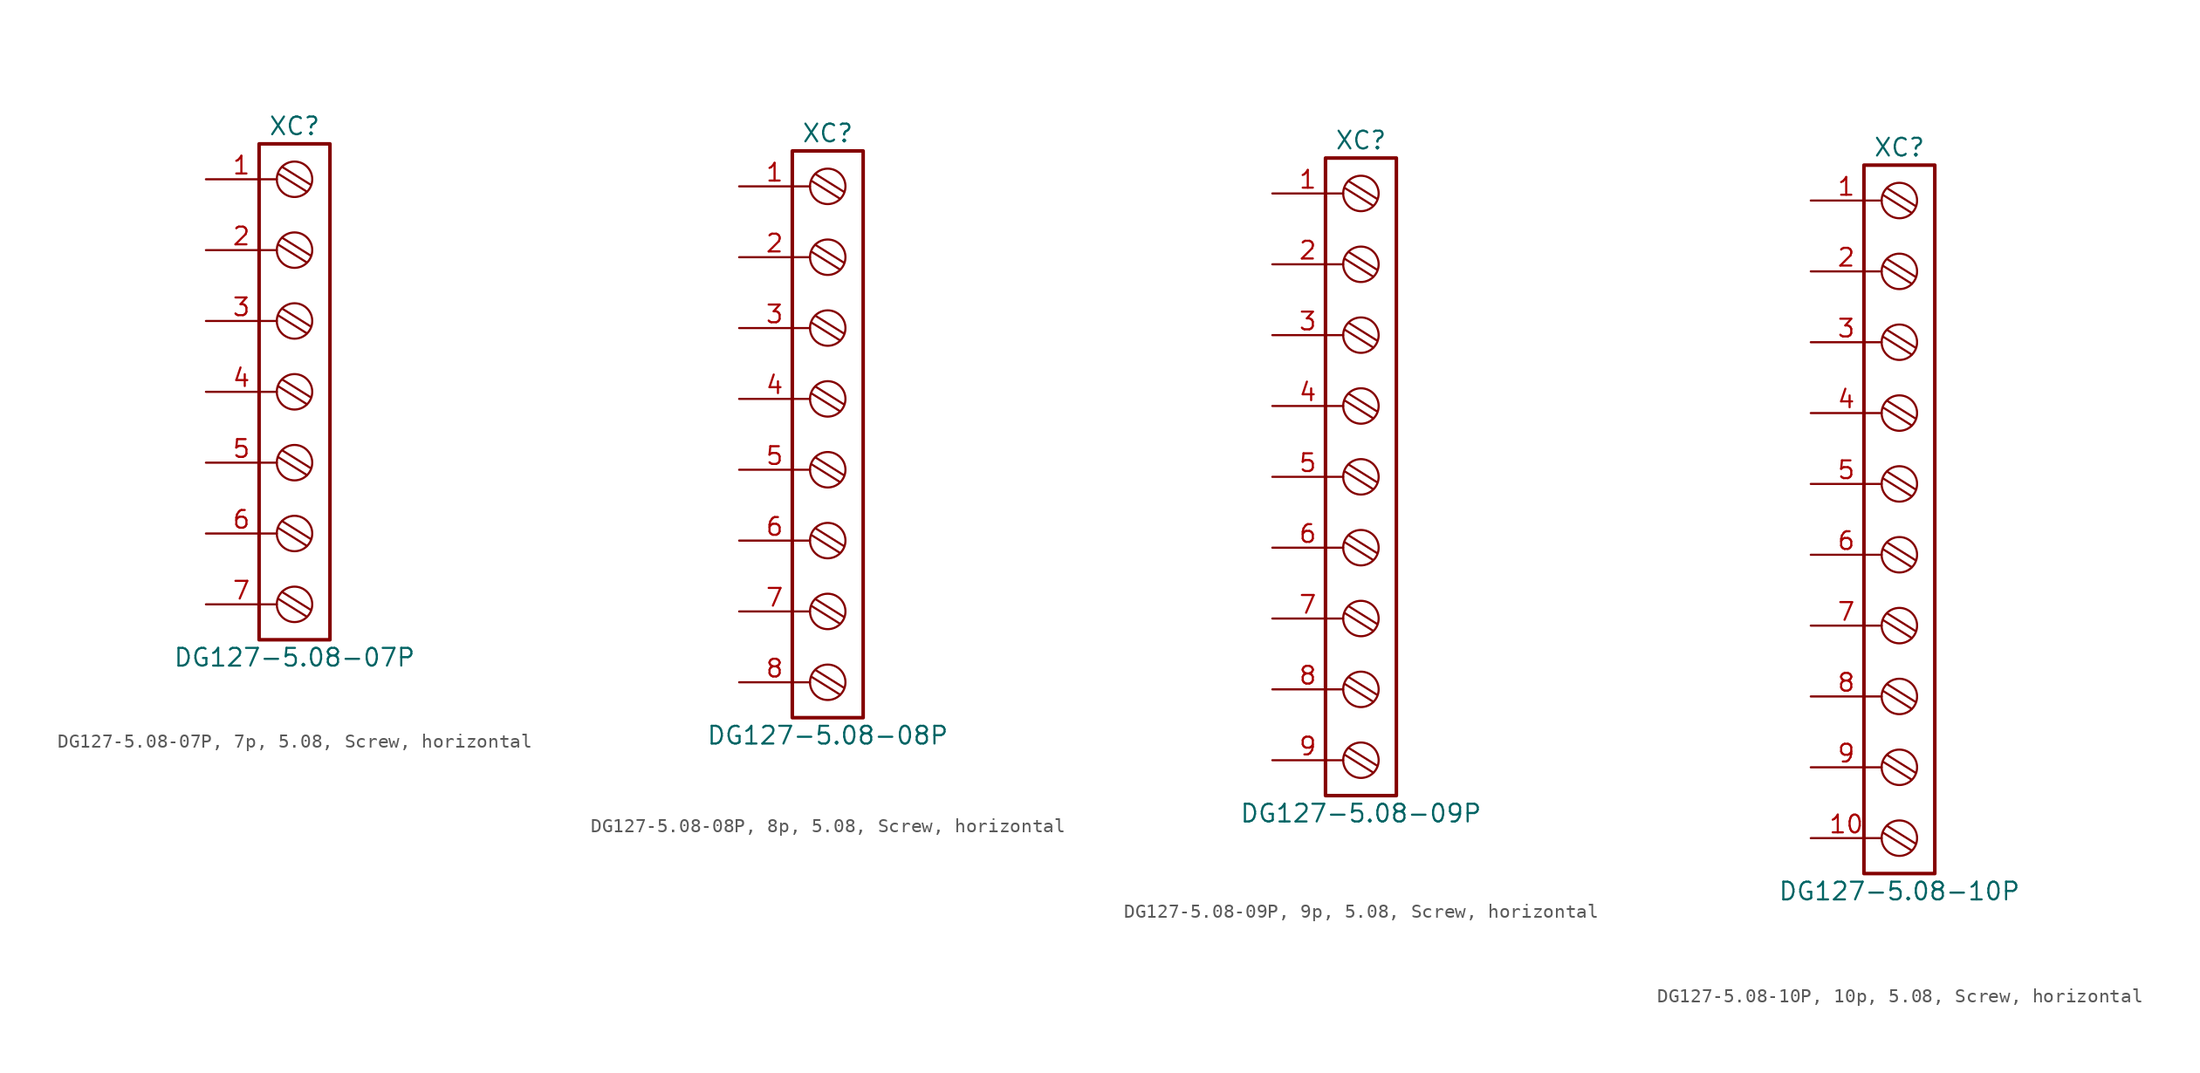
<source format=kicad_sym>
(kicad_symbol_lib
  (version 20241209)
  (generator "kicad_symbol_editor")
  (generator_version "9.0")
  (symbol "DG127-5.08-07P, 7p, 5.08, Screw, horizontal"
    (pin_names
      (offset 1.016)
      (hide yes))
    (property "Reference" "XC"
      (at 0 19.05 0)
      (effects (font (size 1.27 1.27))))
    (property "Value" "DG127-5.08-07P"
      (at 0 -19.05 0)
      (effects (font (size 1.27 1.27))))
    (symbol "DG127-5.08-07P, 7p, 5.08, Screw, horizontal_0_1"
      (polyline (pts (xy -1.143 15.621) (xy 0.889 14.351)) (stroke (width 0) (type default)) (fill (type none)))
      (polyline (pts (xy -1.143 10.541) (xy 0.889 9.271)) (stroke (width 0) (type default)) (fill (type none)))
      (polyline (pts (xy -1.143 5.461) (xy 0.889 4.191)) (stroke (width 0) (type default)) (fill (type none)))
      (polyline (pts (xy -1.143 0.381) (xy 0.889 -0.889)) (stroke (width 0) (type default)) (fill (type none)))
      (polyline (pts (xy -1.143 -4.699) (xy 0.889 -5.969)) (stroke (width 0) (type default)) (fill (type none)))
      (polyline (pts (xy -1.143 -9.779) (xy 0.889 -11.049)) (stroke (width 0) (type default)) (fill (type none)))
      (polyline (pts (xy -1.143 -14.859) (xy 0.889 -16.129)) (stroke (width 0) (type default)) (fill (type none)))
      (polyline (pts (xy -0.889 16.129) (xy 1.143 14.859)) (stroke (width 0) (type default)) (fill (type none)))
      (polyline (pts (xy -0.889 11.049) (xy 1.143 9.779)) (stroke (width 0) (type default)) (fill (type none)))
      (polyline (pts (xy -0.889 5.969) (xy 1.143 4.699)) (stroke (width 0) (type default)) (fill (type none)))
      (polyline (pts (xy -0.889 0.889) (xy 1.143 -0.381)) (stroke (width 0) (type default)) (fill (type none)))
      (polyline (pts (xy -0.889 -4.191) (xy 1.143 -5.461)) (stroke (width 0) (type default)) (fill (type none)))
      (polyline (pts (xy -0.889 -9.271) (xy 1.143 -10.541)) (stroke (width 0) (type default)) (fill (type none)))
      (polyline (pts (xy -0.889 -14.351) (xy 1.143 -15.621)) (stroke (width 0) (type default)) (fill (type none)))
      (circle (center 0 15.24) (radius 1.27) (stroke (width 0) (type default)) (fill (type none)))
      (circle (center 0 10.16) (radius 1.27) (stroke (width 0) (type default)) (fill (type none)))
      (circle (center 0 5.08) (radius 1.27) (stroke (width 0) (type default)) (fill (type none)))
      (circle (center 0 0) (radius 1.27) (stroke (width 0) (type default)) (fill (type none)))
      (circle (center 0 -5.08) (radius 1.27) (stroke (width 0) (type default)) (fill (type none)))
      (circle (center 0 -10.16) (radius 1.27) (stroke (width 0) (type default)) (fill (type none)))
      (circle (center 0 -15.24) (radius 1.27) (stroke (width 0) (type default)) (fill (type none))))
    (symbol "DG127-5.08-07P, 7p, 5.08, Screw, horizontal_1_1"
      (rectangle (start -2.54 17.78) (end 2.54 -17.78) (stroke (width 0.254) (type default)) (fill (type none)))
      (pin passive line (at -6.35 15.24 0) (length 5.08) (name "1" (effects (font (size 1.27 1.27)))) (number "1" (effects (font (size 1.27 1.27)))))
      (pin passive line (at -6.35 10.16 0) (length 5.08) (name "2" (effects (font (size 1.27 1.27)))) (number "2" (effects (font (size 1.27 1.27)))))
      (pin passive line (at -6.35 5.08 0) (length 5.08) (name "3" (effects (font (size 1.27 1.27)))) (number "3" (effects (font (size 1.27 1.27)))))
      (pin passive line (at -6.35 0 0) (length 5.08) (name "4" (effects (font (size 1.27 1.27)))) (number "4" (effects (font (size 1.27 1.27)))))
      (pin passive line (at -6.35 -5.08 0) (length 5.08) (name "5" (effects (font (size 1.27 1.27)))) (number "5" (effects (font (size 1.27 1.27)))))
      (pin passive line (at -6.35 -10.16 0) (length 5.08) (name "6" (effects (font (size 1.27 1.27)))) (number "6" (effects (font (size 1.27 1.27)))))
      (pin passive line (at -6.35 -15.24 0) (length 5.08) (name "7" (effects (font (size 1.27 1.27)))) (number "7" (effects (font (size 1.27 1.27)))))))
  (symbol "DG127-5.08-08P, 8p, 5.08, Screw, horizontal"
    (pin_names
      (offset 1.016)
      (hide yes))
    (property "Reference" "XC"
      (at 0 21.59 0)
      (effects (font (size 1.27 1.27))))
    (property "Value" "DG127-5.08-08P"
      (at 0 -21.59 0)
      (effects (font (size 1.27 1.27))))
    (symbol "DG127-5.08-08P, 8p, 5.08, Screw, horizontal_0_1"
      (polyline (pts (xy -1.143 18.161) (xy 0.889 16.891)) (stroke (width 0) (type default)) (fill (type none)))
      (polyline (pts (xy -1.143 13.081) (xy 0.889 11.811)) (stroke (width 0) (type default)) (fill (type none)))
      (polyline (pts (xy -1.143 8.001) (xy 0.889 6.731)) (stroke (width 0) (type default)) (fill (type none)))
      (polyline (pts (xy -1.143 2.921) (xy 0.889 1.651)) (stroke (width 0) (type default)) (fill (type none)))
      (polyline (pts (xy -1.143 -2.159) (xy 0.889 -3.429)) (stroke (width 0) (type default)) (fill (type none)))
      (polyline (pts (xy -1.143 -7.239) (xy 0.889 -8.509)) (stroke (width 0) (type default)) (fill (type none)))
      (polyline (pts (xy -1.143 -12.319) (xy 0.889 -13.589)) (stroke (width 0) (type default)) (fill (type none)))
      (polyline (pts (xy -1.143 -17.399) (xy 0.889 -18.669)) (stroke (width 0) (type default)) (fill (type none)))
      (polyline (pts (xy -0.889 18.669) (xy 1.143 17.399)) (stroke (width 0) (type default)) (fill (type none)))
      (polyline (pts (xy -0.889 13.589) (xy 1.143 12.319)) (stroke (width 0) (type default)) (fill (type none)))
      (polyline (pts (xy -0.889 8.509) (xy 1.143 7.239)) (stroke (width 0) (type default)) (fill (type none)))
      (polyline (pts (xy -0.889 3.429) (xy 1.143 2.159)) (stroke (width 0) (type default)) (fill (type none)))
      (polyline (pts (xy -0.889 -1.651) (xy 1.143 -2.921)) (stroke (width 0) (type default)) (fill (type none)))
      (polyline (pts (xy -0.889 -6.731) (xy 1.143 -8.001)) (stroke (width 0) (type default)) (fill (type none)))
      (polyline (pts (xy -0.889 -11.811) (xy 1.143 -13.081)) (stroke (width 0) (type default)) (fill (type none)))
      (polyline (pts (xy -0.889 -16.891) (xy 1.143 -18.161)) (stroke (width 0) (type default)) (fill (type none)))
      (circle (center 0 17.78) (radius 1.27) (stroke (width 0) (type default)) (fill (type none)))
      (circle (center 0 12.7) (radius 1.27) (stroke (width 0) (type default)) (fill (type none)))
      (circle (center 0 7.62) (radius 1.27) (stroke (width 0) (type default)) (fill (type none)))
      (circle (center 0 2.54) (radius 1.27) (stroke (width 0) (type default)) (fill (type none)))
      (circle (center 0 -2.54) (radius 1.27) (stroke (width 0) (type default)) (fill (type none)))
      (circle (center 0 -7.62) (radius 1.27) (stroke (width 0) (type default)) (fill (type none)))
      (circle (center 0 -12.7) (radius 1.27) (stroke (width 0) (type default)) (fill (type none)))
      (circle (center 0 -17.78) (radius 1.27) (stroke (width 0) (type default)) (fill (type none))))
    (symbol "DG127-5.08-08P, 8p, 5.08, Screw, horizontal_1_1"
      (rectangle (start -2.54 20.32) (end 2.54 -20.32) (stroke (width 0.254) (type default)) (fill (type none)))
      (pin passive line (at -6.35 17.78 0) (length 5.08) (name "1" (effects (font (size 1.27 1.27)))) (number "1" (effects (font (size 1.27 1.27)))))
      (pin passive line (at -6.35 12.7 0) (length 5.08) (name "2" (effects (font (size 1.27 1.27)))) (number "2" (effects (font (size 1.27 1.27)))))
      (pin passive line (at -6.35 7.62 0) (length 5.08) (name "3" (effects (font (size 1.27 1.27)))) (number "3" (effects (font (size 1.27 1.27)))))
      (pin passive line (at -6.35 2.54 0) (length 5.08) (name "4" (effects (font (size 1.27 1.27)))) (number "4" (effects (font (size 1.27 1.27)))))
      (pin passive line (at -6.35 -2.54 0) (length 5.08) (name "5" (effects (font (size 1.27 1.27)))) (number "5" (effects (font (size 1.27 1.27)))))
      (pin passive line (at -6.35 -7.62 0) (length 5.08) (name "6" (effects (font (size 1.27 1.27)))) (number "6" (effects (font (size 1.27 1.27)))))
      (pin passive line (at -6.35 -12.7 0) (length 5.08) (name "7" (effects (font (size 1.27 1.27)))) (number "7" (effects (font (size 1.27 1.27)))))
      (pin passive line (at -6.35 -17.78 0) (length 5.08) (name "8" (effects (font (size 1.27 1.27)))) (number "8" (effects (font (size 1.27 1.27)))))))
  (symbol "DG127-5.08-09P, 9p, 5.08, Screw, horizontal"
    (pin_names
      (offset 1.016)
      (hide yes))
    (property "Reference" "XC"
      (at 0 24.13 0)
      (effects (font (size 1.27 1.27))))
    (property "Value" "DG127-5.08-09P"
      (at 0 -24.13 0)
      (effects (font (size 1.27 1.27))))
    (symbol "DG127-5.08-09P, 9p, 5.08, Screw, horizontal_0_1"
      (polyline (pts (xy -1.143 20.701) (xy 0.889 19.431)) (stroke (width 0) (type default)) (fill (type none)))
      (polyline (pts (xy -1.143 15.621) (xy 0.889 14.351)) (stroke (width 0) (type default)) (fill (type none)))
      (polyline (pts (xy -1.143 10.541) (xy 0.889 9.271)) (stroke (width 0) (type default)) (fill (type none)))
      (polyline (pts (xy -1.143 5.461) (xy 0.889 4.191)) (stroke (width 0) (type default)) (fill (type none)))
      (polyline (pts (xy -1.143 0.381) (xy 0.889 -0.889)) (stroke (width 0) (type default)) (fill (type none)))
      (polyline (pts (xy -1.143 -4.699) (xy 0.889 -5.969)) (stroke (width 0) (type default)) (fill (type none)))
      (polyline (pts (xy -1.143 -9.779) (xy 0.889 -11.049)) (stroke (width 0) (type default)) (fill (type none)))
      (polyline (pts (xy -1.143 -14.859) (xy 0.889 -16.129)) (stroke (width 0) (type default)) (fill (type none)))
      (polyline (pts (xy -1.143 -19.939) (xy 0.889 -21.209)) (stroke (width 0) (type default)) (fill (type none)))
      (polyline (pts (xy -0.889 21.209) (xy 1.143 19.939)) (stroke (width 0) (type default)) (fill (type none)))
      (polyline (pts (xy -0.889 16.129) (xy 1.143 14.859)) (stroke (width 0) (type default)) (fill (type none)))
      (polyline (pts (xy -0.889 11.049) (xy 1.143 9.779)) (stroke (width 0) (type default)) (fill (type none)))
      (polyline (pts (xy -0.889 5.969) (xy 1.143 4.699)) (stroke (width 0) (type default)) (fill (type none)))
      (polyline (pts (xy -0.889 0.889) (xy 1.143 -0.381)) (stroke (width 0) (type default)) (fill (type none)))
      (polyline (pts (xy -0.889 -4.191) (xy 1.143 -5.461)) (stroke (width 0) (type default)) (fill (type none)))
      (polyline (pts (xy -0.889 -9.271) (xy 1.143 -10.541)) (stroke (width 0) (type default)) (fill (type none)))
      (polyline (pts (xy -0.889 -14.351) (xy 1.143 -15.621)) (stroke (width 0) (type default)) (fill (type none)))
      (polyline (pts (xy -0.889 -19.431) (xy 1.143 -20.701)) (stroke (width 0) (type default)) (fill (type none)))
      (circle (center 0 20.32) (radius 1.27) (stroke (width 0) (type default)) (fill (type none)))
      (circle (center 0 15.24) (radius 1.27) (stroke (width 0) (type default)) (fill (type none)))
      (circle (center 0 10.16) (radius 1.27) (stroke (width 0) (type default)) (fill (type none)))
      (circle (center 0 5.08) (radius 1.27) (stroke (width 0) (type default)) (fill (type none)))
      (circle (center 0 0) (radius 1.27) (stroke (width 0) (type default)) (fill (type none)))
      (circle (center 0 -5.08) (radius 1.27) (stroke (width 0) (type default)) (fill (type none)))
      (circle (center 0 -10.16) (radius 1.27) (stroke (width 0) (type default)) (fill (type none)))
      (circle (center 0 -15.24) (radius 1.27) (stroke (width 0) (type default)) (fill (type none)))
      (circle (center 0 -20.32) (radius 1.27) (stroke (width 0) (type default)) (fill (type none))))
    (symbol "DG127-5.08-09P, 9p, 5.08, Screw, horizontal_1_1"
      (rectangle (start -2.54 22.86) (end 2.54 -22.86) (stroke (width 0.254) (type default)) (fill (type none)))
      (pin passive line (at -6.35 20.32 0) (length 5.08) (name "1" (effects (font (size 1.27 1.27)))) (number "1" (effects (font (size 1.27 1.27)))))
      (pin passive line (at -6.35 15.24 0) (length 5.08) (name "2" (effects (font (size 1.27 1.27)))) (number "2" (effects (font (size 1.27 1.27)))))
      (pin passive line (at -6.35 10.16 0) (length 5.08) (name "3" (effects (font (size 1.27 1.27)))) (number "3" (effects (font (size 1.27 1.27)))))
      (pin passive line (at -6.35 5.08 0) (length 5.08) (name "4" (effects (font (size 1.27 1.27)))) (number "4" (effects (font (size 1.27 1.27)))))
      (pin passive line (at -6.35 0 0) (length 5.08) (name "5" (effects (font (size 1.27 1.27)))) (number "5" (effects (font (size 1.27 1.27)))))
      (pin passive line (at -6.35 -5.08 0) (length 5.08) (name "6" (effects (font (size 1.27 1.27)))) (number "6" (effects (font (size 1.27 1.27)))))
      (pin passive line (at -6.35 -10.16 0) (length 5.08) (name "7" (effects (font (size 1.27 1.27)))) (number "7" (effects (font (size 1.27 1.27)))))
      (pin passive line (at -6.35 -15.24 0) (length 5.08) (name "8" (effects (font (size 1.27 1.27)))) (number "8" (effects (font (size 1.27 1.27)))))
      (pin passive line (at -6.35 -20.32 0) (length 5.08) (name "9" (effects (font (size 1.27 1.27)))) (number "9" (effects (font (size 1.27 1.27)))))))
  (symbol "DG127-5.08-10P, 10p, 5.08, Screw, horizontal"
    (pin_names
      (offset 1.016)
      (hide yes))
    (property "Reference" "XC"
      (at 0 26.67 0)
      (effects (font (size 1.27 1.27))))
    (property "Value" "DG127-5.08-10P"
      (at 0 -26.67 0)
      (effects (font (size 1.27 1.27))))
    (symbol "DG127-5.08-10P, 10p, 5.08, Screw, horizontal_0_1"
      (polyline (pts (xy -1.143 23.241) (xy 0.889 21.971)) (stroke (width 0) (type default)) (fill (type none)))
      (polyline (pts (xy -1.143 18.161) (xy 0.889 16.891)) (stroke (width 0) (type default)) (fill (type none)))
      (polyline (pts (xy -1.143 13.081) (xy 0.889 11.811)) (stroke (width 0) (type default)) (fill (type none)))
      (polyline (pts (xy -1.143 8.001) (xy 0.889 6.731)) (stroke (width 0) (type default)) (fill (type none)))
      (polyline (pts (xy -1.143 2.921) (xy 0.889 1.651)) (stroke (width 0) (type default)) (fill (type none)))
      (polyline (pts (xy -1.143 -2.159) (xy 0.889 -3.429)) (stroke (width 0) (type default)) (fill (type none)))
      (polyline (pts (xy -1.143 -7.239) (xy 0.889 -8.509)) (stroke (width 0) (type default)) (fill (type none)))
      (polyline (pts (xy -1.143 -12.319) (xy 0.889 -13.589)) (stroke (width 0) (type default)) (fill (type none)))
      (polyline (pts (xy -1.143 -17.399) (xy 0.889 -18.669)) (stroke (width 0) (type default)) (fill (type none)))
      (polyline (pts (xy -1.143 -22.479) (xy 0.889 -23.749)) (stroke (width 0) (type default)) (fill (type none)))
      (polyline (pts (xy -0.889 23.749) (xy 1.143 22.479)) (stroke (width 0) (type default)) (fill (type none)))
      (polyline (pts (xy -0.889 18.669) (xy 1.143 17.399)) (stroke (width 0) (type default)) (fill (type none)))
      (polyline (pts (xy -0.889 13.589) (xy 1.143 12.319)) (stroke (width 0) (type default)) (fill (type none)))
      (polyline (pts (xy -0.889 8.509) (xy 1.143 7.239)) (stroke (width 0) (type default)) (fill (type none)))
      (polyline (pts (xy -0.889 3.429) (xy 1.143 2.159)) (stroke (width 0) (type default)) (fill (type none)))
      (polyline (pts (xy -0.889 -1.651) (xy 1.143 -2.921)) (stroke (width 0) (type default)) (fill (type none)))
      (polyline (pts (xy -0.889 -6.731) (xy 1.143 -8.001)) (stroke (width 0) (type default)) (fill (type none)))
      (polyline (pts (xy -0.889 -11.811) (xy 1.143 -13.081)) (stroke (width 0) (type default)) (fill (type none)))
      (polyline (pts (xy -0.889 -16.891) (xy 1.143 -18.161)) (stroke (width 0) (type default)) (fill (type none)))
      (polyline (pts (xy -0.889 -21.971) (xy 1.143 -23.241)) (stroke (width 0) (type default)) (fill (type none)))
      (circle (center 0 22.86) (radius 1.27) (stroke (width 0) (type default)) (fill (type none)))
      (circle (center 0 17.78) (radius 1.27) (stroke (width 0) (type default)) (fill (type none)))
      (circle (center 0 12.7) (radius 1.27) (stroke (width 0) (type default)) (fill (type none)))
      (circle (center 0 7.62) (radius 1.27) (stroke (width 0) (type default)) (fill (type none)))
      (circle (center 0 2.54) (radius 1.27) (stroke (width 0) (type default)) (fill (type none)))
      (circle (center 0 -2.54) (radius 1.27) (stroke (width 0) (type default)) (fill (type none)))
      (circle (center 0 -7.62) (radius 1.27) (stroke (width 0) (type default)) (fill (type none)))
      (circle (center 0 -12.7) (radius 1.27) (stroke (width 0) (type default)) (fill (type none)))
      (circle (center 0 -17.78) (radius 1.27) (stroke (width 0) (type default)) (fill (type none)))
      (circle (center 0 -22.86) (radius 1.27) (stroke (width 0) (type default)) (fill (type none))))
    (symbol "DG127-5.08-10P, 10p, 5.08, Screw, horizontal_1_1"
      (rectangle (start -2.54 25.4) (end 2.54 -25.4) (stroke (width 0.254) (type default)) (fill (type none)))
      (pin passive line (at -6.35 22.86 0) (length 5.08) (name "1" (effects (font (size 1.27 1.27)))) (number "1" (effects (font (size 1.27 1.27)))))
      (pin passive line (at -6.35 17.78 0) (length 5.08) (name "2" (effects (font (size 1.27 1.27)))) (number "2" (effects (font (size 1.27 1.27)))))
      (pin passive line (at -6.35 12.7 0) (length 5.08) (name "3" (effects (font (size 1.27 1.27)))) (number "3" (effects (font (size 1.27 1.27)))))
      (pin passive line (at -6.35 7.62 0) (length 5.08) (name "4" (effects (font (size 1.27 1.27)))) (number "4" (effects (font (size 1.27 1.27)))))
      (pin passive line (at -6.35 2.54 0) (length 5.08) (name "5" (effects (font (size 1.27 1.27)))) (number "5" (effects (font (size 1.27 1.27)))))
      (pin passive line (at -6.35 -2.54 0) (length 5.08) (name "6" (effects (font (size 1.27 1.27)))) (number "6" (effects (font (size 1.27 1.27)))))
      (pin passive line (at -6.35 -7.62 0) (length 5.08) (name "7" (effects (font (size 1.27 1.27)))) (number "7" (effects (font (size 1.27 1.27)))))
      (pin passive line (at -6.35 -12.7 0) (length 5.08) (name "8" (effects (font (size 1.27 1.27)))) (number "8" (effects (font (size 1.27 1.27)))))
      (pin passive line (at -6.35 -17.78 0) (length 5.08) (name "9" (effects (font (size 1.27 1.27)))) (number "9" (effects (font (size 1.27 1.27)))))
      (pin passive line (at -6.35 -22.86 0) (length 5.08) (name "10" (effects (font (size 1.27 1.27)))) (number "10" (effects (font (size 1.27 1.27))))))))
</source>
